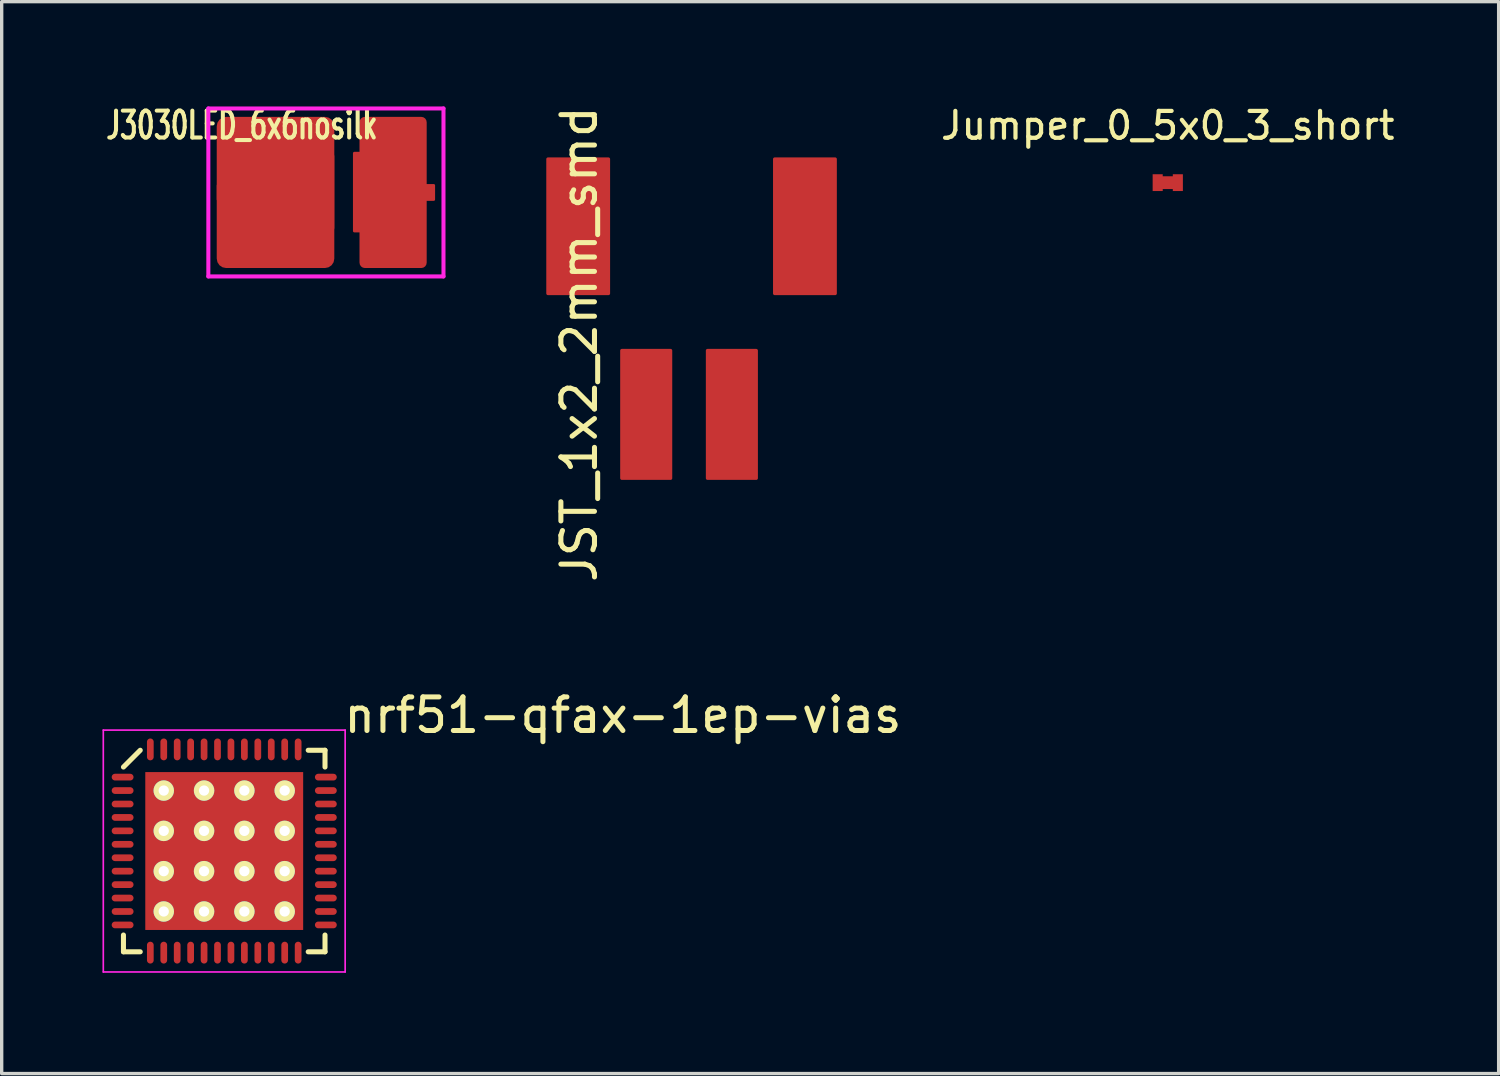
<source format=kicad_pcb>
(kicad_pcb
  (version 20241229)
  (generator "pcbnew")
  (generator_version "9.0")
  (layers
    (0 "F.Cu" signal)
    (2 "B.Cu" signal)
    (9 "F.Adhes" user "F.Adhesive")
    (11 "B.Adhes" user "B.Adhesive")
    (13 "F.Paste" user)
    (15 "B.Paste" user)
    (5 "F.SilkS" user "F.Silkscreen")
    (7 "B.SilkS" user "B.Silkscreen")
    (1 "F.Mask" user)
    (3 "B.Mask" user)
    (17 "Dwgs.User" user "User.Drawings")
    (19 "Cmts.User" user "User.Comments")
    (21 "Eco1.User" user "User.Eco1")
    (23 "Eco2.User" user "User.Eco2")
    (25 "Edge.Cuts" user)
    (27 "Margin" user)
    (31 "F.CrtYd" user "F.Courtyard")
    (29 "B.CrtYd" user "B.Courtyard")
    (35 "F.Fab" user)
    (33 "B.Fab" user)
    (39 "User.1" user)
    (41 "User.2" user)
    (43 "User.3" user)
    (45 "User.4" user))
  (footprint "J3030LED_6x6nosilk"
    (layer "F.Cu")
    (at 6.652 2.679)
    (property "Reference" "J3030LED_6x6nosilk" (at -2.5 -2 0) (layer "F.SilkS") (effects (font (size 0.8 0.53) (thickness 0.12))))
    (attr smd)
    (fp_line (start -3.5 -2.5) (end 3.5 -2.5) (stroke (width 0.12) (type solid)) (layer "F.CrtYd"))
    (fp_line (start -3.5 2.5) (end -3.5 -2.5) (stroke (width 0.12) (type solid)) (layer "F.CrtYd"))
    (fp_line (start 3.5 -2.5) (end 3.5 2.5) (stroke (width 0.12) (type solid)) (layer "F.CrtYd"))
    (fp_line (start 3.5 2.5) (end -3.5 2.5) (stroke (width 0.12) (type solid)) (layer "F.CrtYd"))
    (pad "" smd roundrect (at -0.57 -0.01) (size 1.3 1.9) (layers "F.Paste") (roundrect_rratio 0.08))
    (pad "" smd roundrect (at 1.08 -0.01) (size 0.4 1.9) (layers "F.Paste") (roundrect_rratio 0.08))
    (pad "1" smd roundrect (at -2.5 0) (size 1.5 0.5) (layers "F.Cu") (roundrect_rratio 0.08))
    (pad "1" smd roundrect (at -1.62 0) (size 0.625 0.5) (layers "F.Cu" "F.Mask" "F.Paste") (roundrect_rratio 0.08))
    (pad "1" smd roundrect (at -1.5 0) (size 3.5 4.5) (layers "F.Cu") (roundrect_rratio 0.08))
    (pad "1" smd roundrect (at -0.55 -0.01) (size 1.6 2.4) (layers "F.Cu" "F.Mask") (roundrect_rratio 0.08))
    (pad "2" smd roundrect (at 1.08 -0.01) (size 0.55 2.4) (layers "F.Cu" "F.Mask") (roundrect_rratio 0.08))
    (pad "2" smd roundrect (at 1.63 0) (size 0.625 0.5) (layers "F.Cu" "F.Mask" "F.Paste") (roundrect_rratio 0.08))
    (pad "2" smd roundrect (at 2 0) (size 2 4.5) (layers "F.Cu") (roundrect_rratio 0.08))
    (pad "2" smd roundrect (at 2.5 0) (size 1.5 0.5) (layers "F.Cu") (roundrect_rratio 0.08)))
  (footprint "Jumper_0_5x0_3_short"
    (layer "F.Cu")
    (at 31.713 2.387)
    (property "Reference" "Jumper_0_5x0_3_short" (at 0 -1.7 0) (layer "F.SilkS") (effects (font (size 0.8 0.8) (thickness 0.125))))
    (attr through_hole)
    (fp_line (start -0.2 0) (end 0.2 0) (stroke (width 0.381) (type solid)) (layer "F.Cu"))
    (pad "1" smd rect (at -0.3 0) (size 0.3 0.5) (layers "F.Cu" "F.Mask"))
    (pad "2" smd rect (at 0.3 0 180) (size 0.3 0.5) (layers "F.Cu" "F.Mask")))
  (footprint "JST_1x2_2mm_smd"
    (layer "F.Cu")
    (at 17.462 3.386)
    (property "Reference" "JST_1x2_2mm_smd" (at -3.27 3.81 90) (layer "F.SilkS") (effects (font (size 1 1) (thickness 0.15))))
    (attr through_hole)
    (fp_poly (pts (xy -2.4 2.3) (xy -4.2 2.3) (xy -4.2 -1.7) (xy -2.4 -1.7)) (stroke (width 0.1) (type solid)) (fill yes) (layer "F.Cu"))
    (fp_poly (pts (xy -0.55 7.8) (xy -2 7.8) (xy -2 4) (xy -0.55 4)) (stroke (width 0.1) (type solid)) (fill yes) (layer "F.Cu"))
    (fp_poly (pts (xy 2 7.8) (xy 0.55 7.8) (xy 0.55 4) (xy 2 4)) (stroke (width 0.1) (type solid)) (fill yes) (layer "F.Cu"))
    (fp_poly (pts (xy 4.35 2.3) (xy 2.55 2.3) (xy 2.55 -1.7) (xy 4.35 -1.7)) (stroke (width 0.1) (type solid)) (fill yes) (layer "F.Cu"))
    (pad "1" smd rect (at 1 5.6) (size 0.8 3.2) (layers "F.Cu" "F.Mask" "F.Paste"))
    (pad "2" smd rect (at -1 5.6) (size 0.8 3.2) (layers "F.Cu" "F.Mask" "F.Paste"))
    (pad "3" smd rect (at -3.3 0) (size 1 3) (layers "F.Cu" "F.Mask" "F.Paste"))
    (pad "4" smd rect (at 3.3 0) (size 1 3) (layers "F.Cu" "F.Mask" "F.Paste")))
  (footprint "nrf51-qfax-1ep-vias"
    (layer "F.Cu")
    (at 3.625 22.284)
    (property "Reference" "nrf51-qfax-1ep-vias" (at 11.868 -4.043 0) (layer "F.SilkS") (effects (font (size 1 1) (thickness 0.15))))
    (attr smd)
    (fp_line (start -3 -2.5) (end -2.5 -3) (stroke (width 0.15) (type solid)) (layer "F.SilkS"))
    (fp_line (start -3 3) (end -3 2.5) (stroke (width 0.15) (type solid)) (layer "F.SilkS"))
    (fp_line (start -3 3) (end -2.5 3) (stroke (width 0.15) (type solid)) (layer "F.SilkS"))
    (fp_line (start 2.5 -3) (end 3 -3) (stroke (width 0.15) (type solid)) (layer "F.SilkS"))
    (fp_line (start 2.5 3) (end 3 3) (stroke (width 0.15) (type solid)) (layer "F.SilkS"))
    (fp_line (start 3 -2.5) (end 3 -3) (stroke (width 0.15) (type solid)) (layer "F.SilkS"))
    (fp_line (start 3 3) (end 3 2.5) (stroke (width 0.15) (type solid)) (layer "F.SilkS"))
    (fp_line (start -3.6 -3.6) (end 3.6 -3.6) (stroke (width 0.05) (type solid)) (layer "F.CrtYd"))
    (fp_line (start -3.6 3.6) (end -3.6 -3.6) (stroke (width 0.05) (type solid)) (layer "F.CrtYd"))
    (fp_line (start -3.6 3.6) (end 3.6 3.6) (stroke (width 0.05) (type solid)) (layer "F.CrtYd"))
    (fp_line (start 3.6 3.6) (end 3.6 -3.6) (stroke (width 0.05) (type solid)) (layer "F.CrtYd"))
    (pad "1" smd oval (at -3.025 -2.2 90) (size 0.2 0.65) (layers "F.Cu" "F.Mask" "F.Paste"))
    (pad "2" smd oval (at -3.025 -1.8 90) (size 0.2 0.65) (layers "F.Cu" "F.Mask" "F.Paste"))
    (pad "3" smd oval (at -3.025 -1.4 90) (size 0.2 0.65) (layers "F.Cu" "F.Mask" "F.Paste"))
    (pad "4" smd oval (at -3.025 -1 90) (size 0.2 0.65) (layers "F.Cu" "F.Mask" "F.Paste"))
    (pad "5" smd oval (at -3.025 -0.6 90) (size 0.2 0.65) (layers "F.Cu" "F.Mask" "F.Paste"))
    (pad "6" smd oval (at -3.025 -0.2 90) (size 0.2 0.65) (layers "F.Cu" "F.Mask" "F.Paste"))
    (pad "7" smd oval (at -3.025 0.2 90) (size 0.2 0.65) (layers "F.Cu" "F.Mask" "F.Paste"))
    (pad "8" smd oval (at -3.025 0.6 90) (size 0.2 0.65) (layers "F.Cu" "F.Mask" "F.Paste"))
    (pad "9" smd oval (at -3.025 1 90) (size 0.2 0.65) (layers "F.Cu" "F.Mask" "F.Paste"))
    (pad "10" smd oval (at -3.025 1.4 90) (size 0.2 0.65) (layers "F.Cu" "F.Mask" "F.Paste"))
    (pad "11" smd oval (at -3.025 1.8 90) (size 0.2 0.65) (layers "F.Cu" "F.Mask" "F.Paste"))
    (pad "12" smd oval (at -3.025 2.2 90) (size 0.2 0.65) (layers "F.Cu" "F.Mask" "F.Paste"))
    (pad "13" smd oval (at -2.2 3.025) (size 0.2 0.65) (layers "F.Cu" "F.Mask" "F.Paste"))
    (pad "14" smd oval (at -1.8 3.025) (size 0.2 0.65) (layers "F.Cu" "F.Mask" "F.Paste"))
    (pad "15" smd oval (at -1.4 3.025) (size 0.2 0.65) (layers "F.Cu" "F.Mask" "F.Paste"))
    (pad "16" smd oval (at -1 3.025) (size 0.2 0.65) (layers "F.Cu" "F.Mask" "F.Paste"))
    (pad "17" smd oval (at -0.6 3.025) (size 0.2 0.65) (layers "F.Cu" "F.Mask" "F.Paste"))
    (pad "18" smd oval (at -0.2 3.025) (size 0.2 0.65) (layers "F.Cu" "F.Mask" "F.Paste"))
    (pad "19" smd oval (at 0.2 3.025) (size 0.2 0.65) (layers "F.Cu" "F.Mask" "F.Paste"))
    (pad "20" smd oval (at 0.6 3.025) (size 0.2 0.65) (layers "F.Cu" "F.Mask" "F.Paste"))
    (pad "21" smd oval (at 1 3.025) (size 0.2 0.65) (layers "F.Cu" "F.Mask" "F.Paste"))
    (pad "22" smd oval (at 1.4 3.025) (size 0.2 0.65) (layers "F.Cu" "F.Mask" "F.Paste"))
    (pad "23" smd oval (at 1.8 3.025) (size 0.2 0.65) (layers "F.Cu" "F.Mask" "F.Paste"))
    (pad "24" smd oval (at 2.2 3.025) (size 0.2 0.65) (layers "F.Cu" "F.Mask" "F.Paste"))
    (pad "25" smd oval (at 3.025 2.2 90) (size 0.2 0.65) (layers "F.Cu" "F.Mask" "F.Paste"))
    (pad "26" smd oval (at 3.025 1.8 90) (size 0.2 0.65) (layers "F.Cu" "F.Mask" "F.Paste"))
    (pad "27" smd oval (at 3.025 1.4 90) (size 0.2 0.65) (layers "F.Cu" "F.Mask" "F.Paste"))
    (pad "28" smd oval (at 3.025 1 90) (size 0.2 0.65) (layers "F.Cu" "F.Mask" "F.Paste"))
    (pad "29" smd oval (at 3.025 0.6 90) (size 0.2 0.65) (layers "F.Cu" "F.Mask" "F.Paste"))
    (pad "30" smd oval (at 3.025 0.2 90) (size 0.2 0.65) (layers "F.Cu" "F.Mask" "F.Paste"))
    (pad "31" smd oval (at 3.025 -0.2 90) (size 0.2 0.65) (layers "F.Cu" "F.Mask" "F.Paste"))
    (pad "32" smd oval (at 3.025 -0.6 90) (size 0.2 0.65) (layers "F.Cu" "F.Mask" "F.Paste"))
    (pad "33" smd oval (at 3.025 -1 90) (size 0.2 0.65) (layers "F.Cu" "F.Mask" "F.Paste"))
    (pad "34" smd oval (at 3.025 -1.4 90) (size 0.2 0.65) (layers "F.Cu" "F.Mask" "F.Paste"))
    (pad "35" smd oval (at 3.025 -1.8 90) (size 0.2 0.65) (layers "F.Cu" "F.Mask" "F.Paste"))
    (pad "36" smd oval (at 3.025 -2.2 90) (size 0.2 0.65) (layers "F.Cu" "F.Mask" "F.Paste"))
    (pad "37" smd oval (at 2.2 -3.025) (size 0.2 0.65) (layers "F.Cu" "F.Mask" "F.Paste"))
    (pad "38" smd oval (at 1.8 -3.025) (size 0.2 0.65) (layers "F.Cu" "F.Mask" "F.Paste"))
    (pad "39" smd oval (at 1.4 -3.025) (size 0.2 0.65) (layers "F.Cu" "F.Mask" "F.Paste"))
    (pad "40" smd oval (at 1 -3.025) (size 0.2 0.65) (layers "F.Cu" "F.Mask" "F.Paste"))
    (pad "41" smd oval (at 0.6 -3.025) (size 0.2 0.65) (layers "F.Cu" "F.Mask" "F.Paste"))
    (pad "42" smd oval (at 0.2 -3.025) (size 0.2 0.65) (layers "F.Cu" "F.Mask" "F.Paste"))
    (pad "43" smd oval (at -0.2 -3.025) (size 0.2 0.65) (layers "F.Cu" "F.Mask" "F.Paste"))
    (pad "44" smd oval (at -0.6 -3.025) (size 0.2 0.65) (layers "F.Cu" "F.Mask" "F.Paste"))
    (pad "45" smd oval (at -1 -3.025) (size 0.2 0.65) (layers "F.Cu" "F.Mask" "F.Paste"))
    (pad "46" smd oval (at -1.4 -3.025) (size 0.2 0.65) (layers "F.Cu" "F.Mask" "F.Paste"))
    (pad "47" smd oval (at -1.8 -3.025) (size 0.2 0.65) (layers "F.Cu" "F.Mask" "F.Paste"))
    (pad "48" smd oval (at -2.2 -3.025) (size 0.2 0.65) (layers "F.Cu" "F.Mask" "F.Paste"))
    (pad "49" thru_hole circle (at -1.8 -1.8) (size 0.61 0.61) (drill 0.305) (layers "*.Cu" "*.Mask" "F.SilkS"))
    (pad "49" thru_hole circle (at -1.8 -0.6) (size 0.61 0.61) (drill 0.305) (layers "*.Cu" "*.Mask" "F.SilkS"))
    (pad "49" thru_hole circle (at -1.8 0.6) (size 0.61 0.61) (drill 0.305) (layers "*.Cu" "*.Mask" "F.SilkS"))
    (pad "49" thru_hole circle (at -1.8 1.8) (size 0.61 0.61) (drill 0.305) (layers "*.Cu" "*.Mask" "F.SilkS"))
    (pad "49" thru_hole circle (at -0.6 -1.8) (size 0.61 0.61) (drill 0.305) (layers "*.Cu" "*.Mask" "F.SilkS"))
    (pad "49" thru_hole circle (at -0.6 -0.6) (size 0.61 0.61) (drill 0.305) (layers "*.Cu" "*.Mask" "F.SilkS"))
    (pad "49" thru_hole circle (at -0.6 0.6) (size 0.61 0.61) (drill 0.305) (layers "*.Cu" "*.Mask" "F.SilkS"))
    (pad "49" thru_hole circle (at -0.6 1.8) (size 0.61 0.61) (drill 0.305) (layers "*.Cu" "*.Mask" "F.SilkS"))
    (pad "49" smd rect (at 0 0) (size 4.7 4.7) (layers "F.Cu" "F.Mask" "F.Paste"))
    (pad "49" thru_hole circle (at 0.6 -1.8) (size 0.61 0.61) (drill 0.305) (layers "*.Cu" "*.Mask" "F.SilkS"))
    (pad "49" thru_hole circle (at 0.6 -0.6) (size 0.61 0.61) (drill 0.305) (layers "*.Cu" "*.Mask" "F.SilkS"))
    (pad "49" thru_hole circle (at 0.6 0.6) (size 0.61 0.61) (drill 0.305) (layers "*.Cu" "*.Mask" "F.SilkS"))
    (pad "49" thru_hole circle (at 0.6 1.8) (size 0.61 0.61) (drill 0.305) (layers "*.Cu" "*.Mask" "F.SilkS"))
    (pad "49" thru_hole circle (at 1.8 -1.8) (size 0.61 0.61) (drill 0.305) (layers "*.Cu" "*.Mask" "F.SilkS"))
    (pad "49" thru_hole circle (at 1.8 -0.6) (size 0.61 0.61) (drill 0.305) (layers "*.Cu" "*.Mask" "F.SilkS"))
    (pad "49" thru_hole circle (at 1.8 0.6) (size 0.61 0.61) (drill 0.305) (layers "*.Cu" "*.Mask" "F.SilkS"))
    (pad "49" thru_hole circle (at 1.8 1.8) (size 0.61 0.61) (drill 0.305) (layers "*.Cu" "*.Mask" "F.SilkS")))
  (gr_rect
    (start -3 -3)
    (end 41.563 28.909)
    (stroke (width 0.1) (type default))
    (fill no)
    (layer "Edge.Cuts")))
</source>
